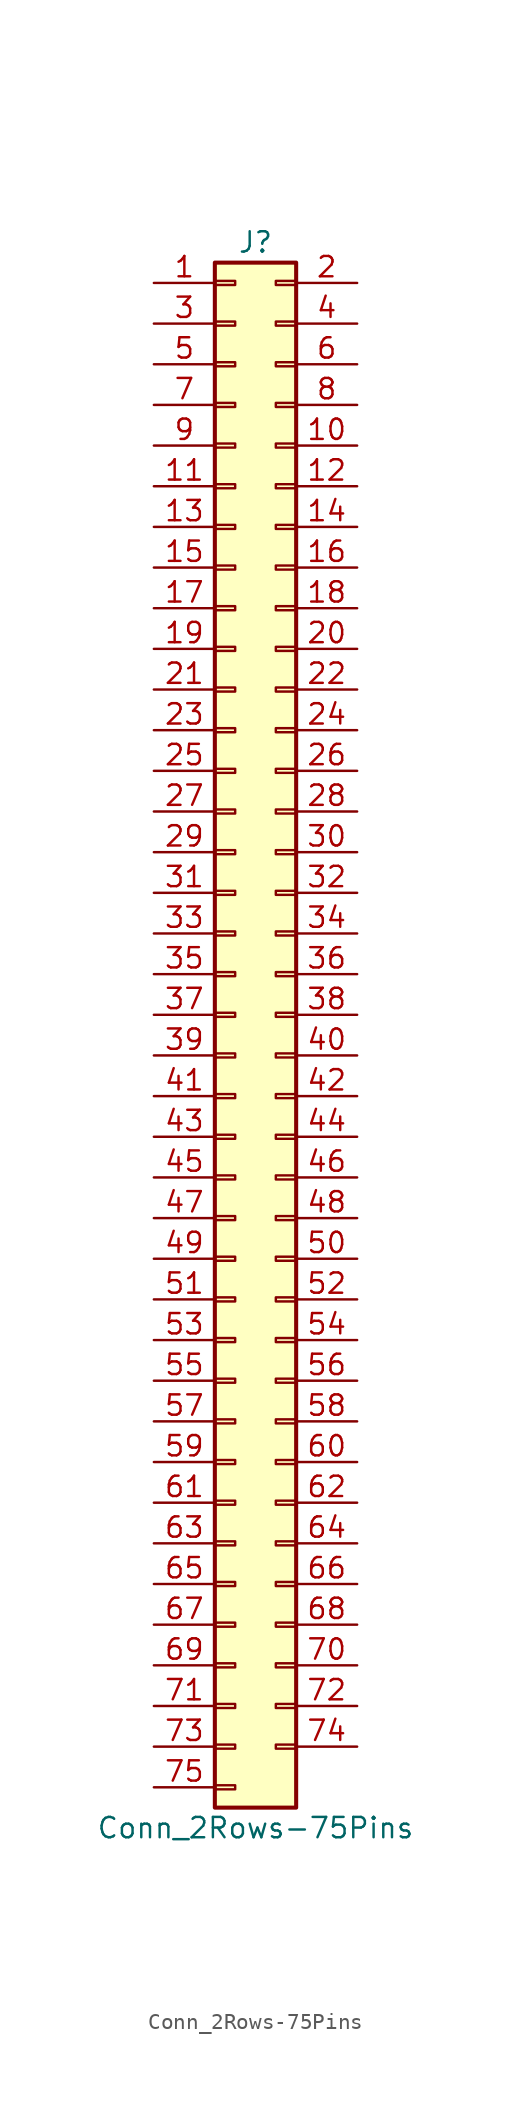
<source format=kicad_sym>
(kicad_symbol_lib
  (version 20201005)
  (generator kicad_symbol_editor)
  (symbol "Connector_Generic:Conn_2Rows-75Pins"
    (pin_names
      (offset 1.016) hide)
    (property "Reference" "J"
      (at 1.27 48.26 0)
      (effects (font (size 1.27 1.27))))
    (property "Value" "Conn_2Rows-75Pins"
      (at 1.27 -50.8 0)
      (effects (font (size 1.27 1.27))))
    (symbol "Conn_2Rows-75Pins_1_1"
      (rectangle (start -1.27 -27.813) (end 0 -28.067) (stroke (width 0.152)) (fill (type none)))
      (rectangle (start -1.27 -30.353) (end 0 -30.607) (stroke (width 0.152)) (fill (type none)))
      (rectangle (start -1.27 -32.893) (end 0 -33.147) (stroke (width 0.152)) (fill (type none)))
      (rectangle (start -1.27 -35.433) (end 0 -35.687) (stroke (width 0.152)) (fill (type none)))
      (rectangle (start -1.27 -37.973) (end 0 -38.227) (stroke (width 0.152)) (fill (type none)))
      (rectangle (start -1.27 -40.513) (end 0 -40.767) (stroke (width 0.152)) (fill (type none)))
      (rectangle (start -1.27 -43.053) (end 0 -43.307) (stroke (width 0.152)) (fill (type none)))
      (rectangle (start -1.27 -45.593) (end 0 -45.847) (stroke (width 0.152)) (fill (type none)))
      (rectangle (start -1.27 -48.133) (end 0 -48.387) (stroke (width 0.152)) (fill (type none)))
      (rectangle (start -1.27 -4.953) (end 0 -5.207) (stroke (width 0.152)) (fill (type none)))
      (rectangle (start -1.27 -7.493) (end 0 -7.747) (stroke (width 0.152)) (fill (type none)))
      (rectangle (start -1.27 -10.033) (end 0 -10.287) (stroke (width 0.152)) (fill (type none)))
      (rectangle (start -1.27 -12.573) (end 0 -12.827) (stroke (width 0.152)) (fill (type none)))
      (rectangle (start -1.27 -15.113) (end 0 -15.367) (stroke (width 0.152)) (fill (type none)))
      (rectangle (start -1.27 -17.653) (end 0 -17.907) (stroke (width 0.152)) (fill (type none)))
      (rectangle (start -1.27 -20.193) (end 0 -20.447) (stroke (width 0.152)) (fill (type none)))
      (rectangle (start -1.27 -22.733) (end 0 -22.987) (stroke (width 0.152)) (fill (type none)))
      (rectangle (start -1.27 -2.413) (end 0 -2.667) (stroke (width 0.152)) (fill (type none)))
      (rectangle (start -1.27 -25.273) (end 0 -25.527) (stroke (width 0.152)) (fill (type none)))
      (rectangle (start -1.27 25.527) (end 0 25.273) (stroke (width 0.152)) (fill (type none)))
      (rectangle (start -1.27 2.667) (end 0 2.413) (stroke (width 0.152)) (fill (type none)))
      (rectangle (start -1.27 28.067) (end 0 27.813) (stroke (width 0.152)) (fill (type none)))
      (rectangle (start -1.27 30.607) (end 0 30.353) (stroke (width 0.152)) (fill (type none)))
      (rectangle (start -1.27 33.147) (end 0 32.893) (stroke (width 0.152)) (fill (type none)))
      (rectangle (start -1.27 35.687) (end 0 35.433) (stroke (width 0.152)) (fill (type none)))
      (rectangle (start -1.27 38.227) (end 0 37.973) (stroke (width 0.152)) (fill (type none)))
      (rectangle (start -1.27 40.767) (end 0 40.513) (stroke (width 0.152)) (fill (type none)))
      (rectangle (start -1.27 43.307) (end 0 43.053) (stroke (width 0.152)) (fill (type none)))
      (rectangle (start -1.27 45.847) (end 0 45.593) (stroke (width 0.152)) (fill (type none)))
      (rectangle (start -1.27 46.99) (end 3.81 -49.53) (stroke (width 0.254)) (fill (type background)))
      (rectangle (start -1.27 5.207) (end 0 4.953) (stroke (width 0.152)) (fill (type none)))
      (rectangle (start -1.27 7.747) (end 0 7.493) (stroke (width 0.152)) (fill (type none)))
      (rectangle (start -1.27 10.287) (end 0 10.033) (stroke (width 0.152)) (fill (type none)))
      (rectangle (start -1.27 0.127) (end 0 -0.127) (stroke (width 0.152)) (fill (type none)))
      (rectangle (start -1.27 12.827) (end 0 12.573) (stroke (width 0.152)) (fill (type none)))
      (rectangle (start -1.27 15.367) (end 0 15.113) (stroke (width 0.152)) (fill (type none)))
      (rectangle (start -1.27 17.907) (end 0 17.653) (stroke (width 0.152)) (fill (type none)))
      (rectangle (start -1.27 20.447) (end 0 20.193) (stroke (width 0.152)) (fill (type none)))
      (rectangle (start -1.27 22.987) (end 0 22.733) (stroke (width 0.152)) (fill (type none)))
      (rectangle (start 3.81 -27.813) (end 2.54 -28.067) (stroke (width 0.152)) (fill (type none)))
      (rectangle (start 3.81 -30.353) (end 2.54 -30.607) (stroke (width 0.152)) (fill (type none)))
      (rectangle (start 3.81 -32.893) (end 2.54 -33.147) (stroke (width 0.152)) (fill (type none)))
      (rectangle (start 3.81 -35.433) (end 2.54 -35.687) (stroke (width 0.152)) (fill (type none)))
      (rectangle (start 3.81 -37.973) (end 2.54 -38.227) (stroke (width 0.152)) (fill (type none)))
      (rectangle (start 3.81 -40.513) (end 2.54 -40.767) (stroke (width 0.152)) (fill (type none)))
      (rectangle (start 3.81 -43.053) (end 2.54 -43.307) (stroke (width 0.152)) (fill (type none)))
      (rectangle (start 3.81 -45.593) (end 2.54 -45.847) (stroke (width 0.152)) (fill (type none)))
      (rectangle (start 3.81 -4.953) (end 2.54 -5.207) (stroke (width 0.152)) (fill (type none)))
      (rectangle (start 3.81 -7.493) (end 2.54 -7.747) (stroke (width 0.152)) (fill (type none)))
      (rectangle (start 3.81 -10.033) (end 2.54 -10.287) (stroke (width 0.152)) (fill (type none)))
      (rectangle (start 3.81 -12.573) (end 2.54 -12.827) (stroke (width 0.152)) (fill (type none)))
      (rectangle (start 3.81 -15.113) (end 2.54 -15.367) (stroke (width 0.152)) (fill (type none)))
      (rectangle (start 3.81 -17.653) (end 2.54 -17.907) (stroke (width 0.152)) (fill (type none)))
      (rectangle (start 3.81 -20.193) (end 2.54 -20.447) (stroke (width 0.152)) (fill (type none)))
      (rectangle (start 3.81 -22.733) (end 2.54 -22.987) (stroke (width 0.152)) (fill (type none)))
      (rectangle (start 3.81 -2.413) (end 2.54 -2.667) (stroke (width 0.152)) (fill (type none)))
      (rectangle (start 3.81 -25.273) (end 2.54 -25.527) (stroke (width 0.152)) (fill (type none)))
      (rectangle (start 3.81 25.527) (end 2.54 25.273) (stroke (width 0.152)) (fill (type none)))
      (rectangle (start 3.81 2.667) (end 2.54 2.413) (stroke (width 0.152)) (fill (type none)))
      (rectangle (start 3.81 28.067) (end 2.54 27.813) (stroke (width 0.152)) (fill (type none)))
      (rectangle (start 3.81 30.607) (end 2.54 30.353) (stroke (width 0.152)) (fill (type none)))
      (rectangle (start 3.81 33.147) (end 2.54 32.893) (stroke (width 0.152)) (fill (type none)))
      (rectangle (start 3.81 35.687) (end 2.54 35.433) (stroke (width 0.152)) (fill (type none)))
      (rectangle (start 3.81 38.227) (end 2.54 37.973) (stroke (width 0.152)) (fill (type none)))
      (rectangle (start 3.81 40.767) (end 2.54 40.513) (stroke (width 0.152)) (fill (type none)))
      (rectangle (start 3.81 43.307) (end 2.54 43.053) (stroke (width 0.152)) (fill (type none)))
      (rectangle (start 3.81 45.847) (end 2.54 45.593) (stroke (width 0.152)) (fill (type none)))
      (rectangle (start 3.81 5.207) (end 2.54 4.953) (stroke (width 0.152)) (fill (type none)))
      (rectangle (start 3.81 7.747) (end 2.54 7.493) (stroke (width 0.152)) (fill (type none)))
      (rectangle (start 3.81 10.287) (end 2.54 10.033) (stroke (width 0.152)) (fill (type none)))
      (rectangle (start 3.81 0.127) (end 2.54 -0.127) (stroke (width 0.152)) (fill (type none)))
      (rectangle (start 3.81 12.827) (end 2.54 12.573) (stroke (width 0.152)) (fill (type none)))
      (rectangle (start 3.81 15.367) (end 2.54 15.113) (stroke (width 0.152)) (fill (type none)))
      (rectangle (start 3.81 17.907) (end 2.54 17.653) (stroke (width 0.152)) (fill (type none)))
      (rectangle (start 3.81 20.447) (end 2.54 20.193) (stroke (width 0.152)) (fill (type none)))
      (rectangle (start 3.81 22.987) (end 2.54 22.733) (stroke (width 0.152)) (fill (type none)))
      (pin passive line (at -5.08 45.72 0) (length 3.81) (name "Pin_1" (effects (font (size 1.27 1.27)))) (number "1" (effects (font (size 1.27 1.27)))))
      (pin passive line (at 7.62 35.56 180) (length 3.81) (name "Pin_10" (effects (font (size 1.27 1.27)))) (number "10" (effects (font (size 1.27 1.27)))))
      (pin passive line (at -5.08 33.02 0) (length 3.81) (name "Pin_11" (effects (font (size 1.27 1.27)))) (number "11" (effects (font (size 1.27 1.27)))))
      (pin passive line (at 7.62 33.02 180) (length 3.81) (name "Pin_12" (effects (font (size 1.27 1.27)))) (number "12" (effects (font (size 1.27 1.27)))))
      (pin passive line (at -5.08 30.48 0) (length 3.81) (name "Pin_13" (effects (font (size 1.27 1.27)))) (number "13" (effects (font (size 1.27 1.27)))))
      (pin passive line (at 7.62 30.48 180) (length 3.81) (name "Pin_14" (effects (font (size 1.27 1.27)))) (number "14" (effects (font (size 1.27 1.27)))))
      (pin passive line (at -5.08 27.94 0) (length 3.81) (name "Pin_15" (effects (font (size 1.27 1.27)))) (number "15" (effects (font (size 1.27 1.27)))))
      (pin passive line (at 7.62 27.94 180) (length 3.81) (name "Pin_16" (effects (font (size 1.27 1.27)))) (number "16" (effects (font (size 1.27 1.27)))))
      (pin passive line (at -5.08 25.4 0) (length 3.81) (name "Pin_17" (effects (font (size 1.27 1.27)))) (number "17" (effects (font (size 1.27 1.27)))))
      (pin passive line (at 7.62 25.4 180) (length 3.81) (name "Pin_18" (effects (font (size 1.27 1.27)))) (number "18" (effects (font (size 1.27 1.27)))))
      (pin passive line (at -5.08 22.86 0) (length 3.81) (name "Pin_19" (effects (font (size 1.27 1.27)))) (number "19" (effects (font (size 1.27 1.27)))))
      (pin passive line (at 7.62 45.72 180) (length 3.81) (name "Pin_2" (effects (font (size 1.27 1.27)))) (number "2" (effects (font (size 1.27 1.27)))))
      (pin passive line (at 7.62 22.86 180) (length 3.81) (name "Pin_20" (effects (font (size 1.27 1.27)))) (number "20" (effects (font (size 1.27 1.27)))))
      (pin passive line (at -5.08 20.32 0) (length 3.81) (name "Pin_21" (effects (font (size 1.27 1.27)))) (number "21" (effects (font (size 1.27 1.27)))))
      (pin passive line (at 7.62 20.32 180) (length 3.81) (name "Pin_22" (effects (font (size 1.27 1.27)))) (number "22" (effects (font (size 1.27 1.27)))))
      (pin passive line (at -5.08 17.78 0) (length 3.81) (name "Pin_23" (effects (font (size 1.27 1.27)))) (number "23" (effects (font (size 1.27 1.27)))))
      (pin passive line (at 7.62 17.78 180) (length 3.81) (name "Pin_24" (effects (font (size 1.27 1.27)))) (number "24" (effects (font (size 1.27 1.27)))))
      (pin passive line (at -5.08 15.24 0) (length 3.81) (name "Pin_25" (effects (font (size 1.27 1.27)))) (number "25" (effects (font (size 1.27 1.27)))))
      (pin passive line (at 7.62 15.24 180) (length 3.81) (name "Pin_26" (effects (font (size 1.27 1.27)))) (number "26" (effects (font (size 1.27 1.27)))))
      (pin passive line (at -5.08 12.7 0) (length 3.81) (name "Pin_27" (effects (font (size 1.27 1.27)))) (number "27" (effects (font (size 1.27 1.27)))))
      (pin passive line (at 7.62 12.7 180) (length 3.81) (name "Pin_28" (effects (font (size 1.27 1.27)))) (number "28" (effects (font (size 1.27 1.27)))))
      (pin passive line (at -5.08 10.16 0) (length 3.81) (name "Pin_29" (effects (font (size 1.27 1.27)))) (number "29" (effects (font (size 1.27 1.27)))))
      (pin passive line (at -5.08 43.18 0) (length 3.81) (name "Pin_3" (effects (font (size 1.27 1.27)))) (number "3" (effects (font (size 1.27 1.27)))))
      (pin passive line (at 7.62 10.16 180) (length 3.81) (name "Pin_30" (effects (font (size 1.27 1.27)))) (number "30" (effects (font (size 1.27 1.27)))))
      (pin passive line (at -5.08 7.62 0) (length 3.81) (name "Pin_31" (effects (font (size 1.27 1.27)))) (number "31" (effects (font (size 1.27 1.27)))))
      (pin passive line (at 7.62 7.62 180) (length 3.81) (name "Pin_32" (effects (font (size 1.27 1.27)))) (number "32" (effects (font (size 1.27 1.27)))))
      (pin passive line (at -5.08 5.08 0) (length 3.81) (name "Pin_33" (effects (font (size 1.27 1.27)))) (number "33" (effects (font (size 1.27 1.27)))))
      (pin passive line (at 7.62 5.08 180) (length 3.81) (name "Pin_34" (effects (font (size 1.27 1.27)))) (number "34" (effects (font (size 1.27 1.27)))))
      (pin passive line (at -5.08 2.54 0) (length 3.81) (name "Pin_35" (effects (font (size 1.27 1.27)))) (number "35" (effects (font (size 1.27 1.27)))))
      (pin passive line (at 7.62 2.54 180) (length 3.81) (name "Pin_36" (effects (font (size 1.27 1.27)))) (number "36" (effects (font (size 1.27 1.27)))))
      (pin passive line (at -5.08 0 0) (length 3.81) (name "Pin_37" (effects (font (size 1.27 1.27)))) (number "37" (effects (font (size 1.27 1.27)))))
      (pin passive line (at 7.62 0 180) (length 3.81) (name "Pin_38" (effects (font (size 1.27 1.27)))) (number "38" (effects (font (size 1.27 1.27)))))
      (pin passive line (at -5.08 -2.54 0) (length 3.81) (name "Pin_39" (effects (font (size 1.27 1.27)))) (number "39" (effects (font (size 1.27 1.27)))))
      (pin passive line (at 7.62 43.18 180) (length 3.81) (name "Pin_4" (effects (font (size 1.27 1.27)))) (number "4" (effects (font (size 1.27 1.27)))))
      (pin passive line (at 7.62 -2.54 180) (length 3.81) (name "Pin_40" (effects (font (size 1.27 1.27)))) (number "40" (effects (font (size 1.27 1.27)))))
      (pin passive line (at -5.08 -5.08 0) (length 3.81) (name "Pin_41" (effects (font (size 1.27 1.27)))) (number "41" (effects (font (size 1.27 1.27)))))
      (pin passive line (at 7.62 -5.08 180) (length 3.81) (name "Pin_42" (effects (font (size 1.27 1.27)))) (number "42" (effects (font (size 1.27 1.27)))))
      (pin passive line (at -5.08 -7.62 0) (length 3.81) (name "Pin_43" (effects (font (size 1.27 1.27)))) (number "43" (effects (font (size 1.27 1.27)))))
      (pin passive line (at 7.62 -7.62 180) (length 3.81) (name "Pin_44" (effects (font (size 1.27 1.27)))) (number "44" (effects (font (size 1.27 1.27)))))
      (pin passive line (at -5.08 -10.16 0) (length 3.81) (name "Pin_45" (effects (font (size 1.27 1.27)))) (number "45" (effects (font (size 1.27 1.27)))))
      (pin passive line (at 7.62 -10.16 180) (length 3.81) (name "Pin_46" (effects (font (size 1.27 1.27)))) (number "46" (effects (font (size 1.27 1.27)))))
      (pin passive line (at -5.08 -12.7 0) (length 3.81) (name "Pin_47" (effects (font (size 1.27 1.27)))) (number "47" (effects (font (size 1.27 1.27)))))
      (pin passive line (at 7.62 -12.7 180) (length 3.81) (name "Pin_48" (effects (font (size 1.27 1.27)))) (number "48" (effects (font (size 1.27 1.27)))))
      (pin passive line (at -5.08 -15.24 0) (length 3.81) (name "Pin_49" (effects (font (size 1.27 1.27)))) (number "49" (effects (font (size 1.27 1.27)))))
      (pin passive line (at -5.08 40.64 0) (length 3.81) (name "Pin_5" (effects (font (size 1.27 1.27)))) (number "5" (effects (font (size 1.27 1.27)))))
      (pin passive line (at 7.62 -15.24 180) (length 3.81) (name "Pin_50" (effects (font (size 1.27 1.27)))) (number "50" (effects (font (size 1.27 1.27)))))
      (pin passive line (at -5.08 -17.78 0) (length 3.81) (name "Pin_51" (effects (font (size 1.27 1.27)))) (number "51" (effects (font (size 1.27 1.27)))))
      (pin passive line (at 7.62 -17.78 180) (length 3.81) (name "Pin_52" (effects (font (size 1.27 1.27)))) (number "52" (effects (font (size 1.27 1.27)))))
      (pin passive line (at -5.08 -20.32 0) (length 3.81) (name "Pin_53" (effects (font (size 1.27 1.27)))) (number "53" (effects (font (size 1.27 1.27)))))
      (pin passive line (at 7.62 -20.32 180) (length 3.81) (name "Pin_54" (effects (font (size 1.27 1.27)))) (number "54" (effects (font (size 1.27 1.27)))))
      (pin passive line (at -5.08 -22.86 0) (length 3.81) (name "Pin_55" (effects (font (size 1.27 1.27)))) (number "55" (effects (font (size 1.27 1.27)))))
      (pin passive line (at 7.62 -22.86 180) (length 3.81) (name "Pin_56" (effects (font (size 1.27 1.27)))) (number "56" (effects (font (size 1.27 1.27)))))
      (pin passive line (at -5.08 -25.4 0) (length 3.81) (name "Pin_57" (effects (font (size 1.27 1.27)))) (number "57" (effects (font (size 1.27 1.27)))))
      (pin passive line (at 7.62 -25.4 180) (length 3.81) (name "Pin_58" (effects (font (size 1.27 1.27)))) (number "58" (effects (font (size 1.27 1.27)))))
      (pin passive line (at -5.08 -27.94 0) (length 3.81) (name "Pin_59" (effects (font (size 1.27 1.27)))) (number "59" (effects (font (size 1.27 1.27)))))
      (pin passive line (at 7.62 40.64 180) (length 3.81) (name "Pin_6" (effects (font (size 1.27 1.27)))) (number "6" (effects (font (size 1.27 1.27)))))
      (pin passive line (at 7.62 -27.94 180) (length 3.81) (name "Pin_60" (effects (font (size 1.27 1.27)))) (number "60" (effects (font (size 1.27 1.27)))))
      (pin passive line (at -5.08 -30.48 0) (length 3.81) (name "Pin_61" (effects (font (size 1.27 1.27)))) (number "61" (effects (font (size 1.27 1.27)))))
      (pin passive line (at 7.62 -30.48 180) (length 3.81) (name "Pin_62" (effects (font (size 1.27 1.27)))) (number "62" (effects (font (size 1.27 1.27)))))
      (pin passive line (at -5.08 -33.02 0) (length 3.81) (name "Pin_63" (effects (font (size 1.27 1.27)))) (number "63" (effects (font (size 1.27 1.27)))))
      (pin passive line (at 7.62 -33.02 180) (length 3.81) (name "Pin_64" (effects (font (size 1.27 1.27)))) (number "64" (effects (font (size 1.27 1.27)))))
      (pin passive line (at -5.08 -35.56 0) (length 3.81) (name "Pin_65" (effects (font (size 1.27 1.27)))) (number "65" (effects (font (size 1.27 1.27)))))
      (pin passive line (at 7.62 -35.56 180) (length 3.81) (name "Pin_66" (effects (font (size 1.27 1.27)))) (number "66" (effects (font (size 1.27 1.27)))))
      (pin passive line (at -5.08 -38.1 0) (length 3.81) (name "Pin_67" (effects (font (size 1.27 1.27)))) (number "67" (effects (font (size 1.27 1.27)))))
      (pin passive line (at 7.62 -38.1 180) (length 3.81) (name "Pin_68" (effects (font (size 1.27 1.27)))) (number "68" (effects (font (size 1.27 1.27)))))
      (pin passive line (at -5.08 -40.64 0) (length 3.81) (name "Pin_69" (effects (font (size 1.27 1.27)))) (number "69" (effects (font (size 1.27 1.27)))))
      (pin passive line (at -5.08 38.1 0) (length 3.81) (name "Pin_7" (effects (font (size 1.27 1.27)))) (number "7" (effects (font (size 1.27 1.27)))))
      (pin passive line (at 7.62 -40.64 180) (length 3.81) (name "Pin_70" (effects (font (size 1.27 1.27)))) (number "70" (effects (font (size 1.27 1.27)))))
      (pin passive line (at -5.08 -43.18 0) (length 3.81) (name "Pin_71" (effects (font (size 1.27 1.27)))) (number "71" (effects (font (size 1.27 1.27)))))
      (pin passive line (at 7.62 -43.18 180) (length 3.81) (name "Pin_72" (effects (font (size 1.27 1.27)))) (number "72" (effects (font (size 1.27 1.27)))))
      (pin passive line (at -5.08 -45.72 0) (length 3.81) (name "Pin_73" (effects (font (size 1.27 1.27)))) (number "73" (effects (font (size 1.27 1.27)))))
      (pin passive line (at 7.62 -45.72 180) (length 3.81) (name "Pin_74" (effects (font (size 1.27 1.27)))) (number "74" (effects (font (size 1.27 1.27)))))
      (pin passive line (at -5.08 -48.26 0) (length 3.81) (name "Pin_75" (effects (font (size 1.27 1.27)))) (number "75" (effects (font (size 1.27 1.27)))))
      (pin passive line (at 7.62 38.1 180) (length 3.81) (name "Pin_8" (effects (font (size 1.27 1.27)))) (number "8" (effects (font (size 1.27 1.27)))))
      (pin passive line (at -5.08 35.56 0) (length 3.81) (name "Pin_9" (effects (font (size 1.27 1.27)))) (number "9" (effects (font (size 1.27 1.27))))))))
</source>
